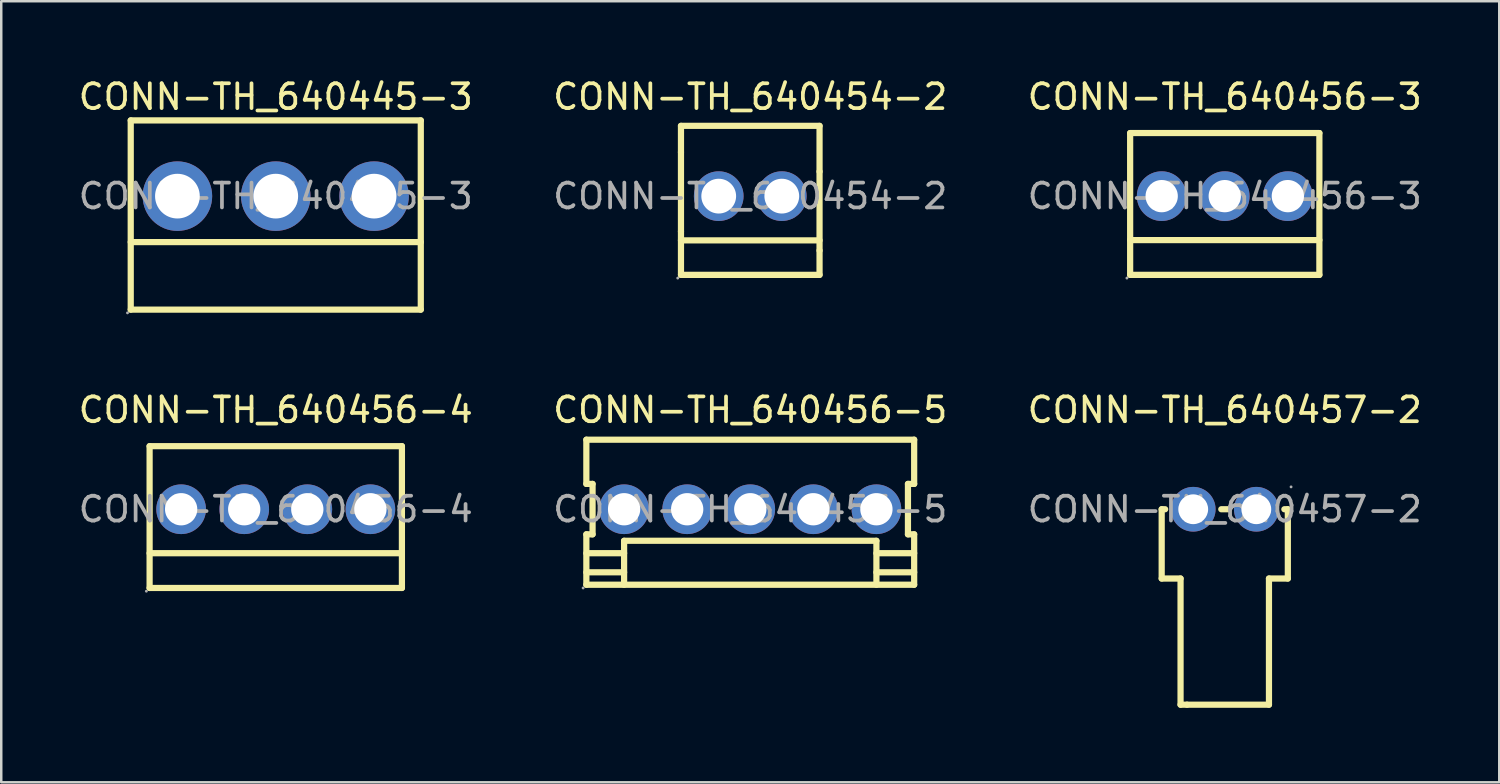
<source format=kicad_pcb>
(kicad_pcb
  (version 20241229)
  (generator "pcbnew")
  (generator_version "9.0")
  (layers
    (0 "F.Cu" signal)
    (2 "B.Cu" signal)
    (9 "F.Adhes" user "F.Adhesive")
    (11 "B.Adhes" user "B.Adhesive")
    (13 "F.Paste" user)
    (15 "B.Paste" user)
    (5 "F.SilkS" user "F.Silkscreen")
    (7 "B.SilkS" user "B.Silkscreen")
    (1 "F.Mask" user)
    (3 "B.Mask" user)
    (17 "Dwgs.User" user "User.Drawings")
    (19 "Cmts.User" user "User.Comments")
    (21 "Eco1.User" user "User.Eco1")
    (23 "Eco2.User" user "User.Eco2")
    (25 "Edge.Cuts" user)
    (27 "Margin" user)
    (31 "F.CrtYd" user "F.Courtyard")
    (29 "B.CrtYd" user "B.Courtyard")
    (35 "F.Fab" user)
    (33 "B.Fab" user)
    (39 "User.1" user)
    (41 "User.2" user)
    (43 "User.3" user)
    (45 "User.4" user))
  (footprint "CONN-TH_640456-3"
    (layer "F.Cu")
    (at 46.268 4.848)
    (property "Reference" "CONN-TH_640456-3" (at 0 -4 0) (layer "F.SilkS") (effects (font (size 1 1) (thickness 0.15))))
    (attr through_hole)
    (fp_line (start -3.81 -2.54) (end 3.81 -2.54) (stroke (width 0.25) (type solid)) (layer "F.SilkS"))
    (fp_line (start -3.81 3.17) (end -3.81 -2.54) (stroke (width 0.25) (type solid)) (layer "F.SilkS"))
    (fp_line (start 3.81 -2.54) (end 3.81 3.17) (stroke (width 0.25) (type solid)) (layer "F.SilkS"))
    (fp_line (start 3.81 1.77) (end -3.81 1.77) (stroke (width 0.25) (type solid)) (layer "F.SilkS"))
    (fp_line (start 3.81 3.17) (end -3.81 3.17) (stroke (width 0.25) (type solid)) (layer "F.SilkS"))
    (fp_circle (center -3.94 3.3) (end -3.91 3.3) (stroke (width 0.06) (type solid)) (fill no) (layer "F.Fab"))
    (fp_circle (center -2.54 0) (end -2.26 0) (stroke (width 0.55) (type solid)) (fill no) (layer "F.Fab"))
    (fp_circle (center 0 0) (end 0.28 0) (stroke (width 0.55) (type solid)) (fill no) (layer "F.Fab"))
    (fp_circle (center 2.54 0) (end 2.82 0) (stroke (width 0.55) (type solid)) (fill no) (layer "F.Fab"))
    (fp_text user "${REFERENCE}" (at 0 0 0) (layer "F.Fab") (effects (font (size 1 1) (thickness 0.15))))
    (pad "1" thru_hole circle (at -2.54 0 180) (size 2 2) (drill 1.3) (layers "*.Cu" "*.Paste" "*.Mask"))
    (pad "2" thru_hole circle (at 0 0 180) (size 2 2) (drill 1.3) (layers "*.Cu" "*.Paste" "*.Mask"))
    (pad "3" thru_hole circle (at 2.54 0 180) (size 2 2) (drill 1.3) (layers "*.Cu" "*.Paste" "*.Mask")))
  (footprint "CONN-TH_640456-5"
    (layer "F.Cu")
    (at 27.161 17.456)
    (property "Reference" "CONN-TH_640456-5" (at 0 -4 0) (layer "F.SilkS") (effects (font (size 1 1) (thickness 0.15))))
    (attr through_hole)
    (fp_line (start -6.6 -1.02) (end -6.6 -2.8) (stroke (width 0.25) (type solid)) (layer "F.SilkS"))
    (fp_line (start -6.6 1.01) (end -6.35 1.01) (stroke (width 0.25) (type solid)) (layer "F.SilkS"))
    (fp_line (start -6.6 3.04) (end -6.6 1.01) (stroke (width 0.25) (type solid)) (layer "F.SilkS"))
    (fp_line (start -6.35 -1.02) (end -6.6 -1.02) (stroke (width 0.25) (type solid)) (layer "F.SilkS"))
    (fp_line (start -6.35 1.01) (end -6.35 -1.02) (stroke (width 0.25) (type solid)) (layer "F.SilkS"))
    (fp_line (start -5.08 1.27) (end -5.08 3.04) (stroke (width 0.25) (type solid)) (layer "F.SilkS"))
    (fp_line (start -5.08 1.77) (end -6.6 1.77) (stroke (width 0.25) (type solid)) (layer "F.SilkS"))
    (fp_line (start -5.08 2.54) (end -6.6 2.54) (stroke (width 0.25) (type solid)) (layer "F.SilkS"))
    (fp_line (start 5.08 1.27) (end -5.08 1.27) (stroke (width 0.25) (type solid)) (layer "F.SilkS"))
    (fp_line (start 5.08 1.27) (end 5.08 3.04) (stroke (width 0.25) (type solid)) (layer "F.SilkS"))
    (fp_line (start 6.35 -1.02) (end 6.6 -1.02) (stroke (width 0.25) (type solid)) (layer "F.SilkS"))
    (fp_line (start 6.35 1.01) (end 6.35 -1.02) (stroke (width 0.25) (type solid)) (layer "F.SilkS"))
    (fp_line (start 6.6 -2.8) (end -6.6 -2.8) (stroke (width 0.25) (type solid)) (layer "F.SilkS"))
    (fp_line (start 6.6 -1.02) (end 6.6 -2.8) (stroke (width 0.25) (type solid)) (layer "F.SilkS"))
    (fp_line (start 6.6 1.01) (end 6.35 1.01) (stroke (width 0.25) (type solid)) (layer "F.SilkS"))
    (fp_line (start 6.6 1.77) (end 5.08 1.77) (stroke (width 0.25) (type solid)) (layer "F.SilkS"))
    (fp_line (start 6.6 2.54) (end 5.08 2.54) (stroke (width 0.25) (type solid)) (layer "F.SilkS"))
    (fp_line (start 6.6 3.04) (end -6.6 3.04) (stroke (width 0.25) (type solid)) (layer "F.SilkS"))
    (fp_line (start 6.6 3.04) (end 6.6 1.01) (stroke (width 0.25) (type solid)) (layer "F.SilkS"))
    (fp_circle (center -6.73 3.17) (end -6.7 3.17) (stroke (width 0.06) (type solid)) (fill no) (layer "F.Fab"))
    (fp_circle (center -5.08 0) (end -4.8 0) (stroke (width 0.55) (type solid)) (fill no) (layer "F.Fab"))
    (fp_circle (center -2.54 0) (end -2.26 0) (stroke (width 0.55) (type solid)) (fill no) (layer "F.Fab"))
    (fp_circle (center 0 0) (end 0.28 0) (stroke (width 0.55) (type solid)) (fill no) (layer "F.Fab"))
    (fp_circle (center 2.54 0) (end 2.82 0) (stroke (width 0.55) (type solid)) (fill no) (layer "F.Fab"))
    (fp_circle (center 5.08 0) (end 5.36 0) (stroke (width 0.55) (type solid)) (fill no) (layer "F.Fab"))
    (fp_text user "${REFERENCE}" (at 0 0 0) (layer "F.Fab") (effects (font (size 1 1) (thickness 0.15))))
    (pad "1" thru_hole circle (at -5.08 0 180) (size 2 2) (drill 1.3) (layers "*.Cu" "*.Paste" "*.Mask"))
    (pad "2" thru_hole circle (at -2.54 0 180) (size 2 2) (drill 1.3) (layers "*.Cu" "*.Paste" "*.Mask"))
    (pad "3" thru_hole circle (at 0 0 180) (size 2 2) (drill 1.3) (layers "*.Cu" "*.Paste" "*.Mask"))
    (pad "4" thru_hole circle (at 2.54 0 180) (size 2 2) (drill 1.3) (layers "*.Cu" "*.Paste" "*.Mask"))
    (pad "5" thru_hole circle (at 5.08 0 180) (size 2 2) (drill 1.3) (layers "*.Cu" "*.Paste" "*.Mask")))
  (footprint "CONN-TH_640454-2"
    (layer "F.Cu")
    (at 27.161 4.848)
    (property "Reference" "CONN-TH_640454-2" (at 0 -4 0) (layer "F.SilkS") (effects (font (size 1 1) (thickness 0.15))))
    (attr through_hole)
    (fp_line (start -2.79 -2.83) (end 2.79 -2.83) (stroke (width 0.25) (type solid)) (layer "F.SilkS"))
    (fp_line (start -2.79 -1.77) (end -2.79 -2.83) (stroke (width 0.25) (type solid)) (layer "F.SilkS"))
    (fp_line (start -2.79 1.42) (end -2.79 -1.77) (stroke (width 0.25) (type solid)) (layer "F.SilkS"))
    (fp_line (start -2.79 3.17) (end -2.79 1.42) (stroke (width 0.25) (type solid)) (layer "F.SilkS"))
    (fp_line (start 2.79 -2.83) (end 2.79 -0.99) (stroke (width 0.25) (type solid)) (layer "F.SilkS"))
    (fp_line (start 2.79 -0.99) (end 2.79 2.19) (stroke (width 0.25) (type solid)) (layer "F.SilkS"))
    (fp_line (start 2.79 1.78) (end -2.79 1.78) (stroke (width 0.25) (type solid)) (layer "F.SilkS"))
    (fp_line (start 2.79 2.19) (end 2.79 3.17) (stroke (width 0.25) (type solid)) (layer "F.SilkS"))
    (fp_line (start 2.79 3.17) (end -2.79 3.17) (stroke (width 0.25) (type solid)) (layer "F.SilkS"))
    (fp_circle (center -2.92 3.3) (end -2.89 3.3) (stroke (width 0.06) (type solid)) (fill no) (layer "F.Fab"))
    (fp_circle (center -1.27 0) (end -0.97 0) (stroke (width 0.6) (type solid)) (fill no) (layer "F.Fab"))
    (fp_circle (center 1.27 0) (end 1.57 0) (stroke (width 0.6) (type solid)) (fill no) (layer "F.Fab"))
    (fp_text user "${REFERENCE}" (at 0 0 0) (layer "F.Fab") (effects (font (size 1 1) (thickness 0.15))))
    (pad "1" thru_hole circle (at -1.27 0 180) (size 2 2) (drill 1.4) (layers "*.Cu" "*.Paste" "*.Mask"))
    (pad "2" thru_hole circle (at 1.27 0 180) (size 2 2) (drill 1.4) (layers "*.Cu" "*.Paste" "*.Mask")))
  (footprint "CONN-TH_640456-4"
    (layer "F.Cu")
    (at 8.054 17.456)
    (property "Reference" "CONN-TH_640456-4" (at 0 -4 0) (layer "F.SilkS") (effects (font (size 1 1) (thickness 0.15))))
    (attr through_hole)
    (fp_line (start -5.08 -2.54) (end 5.08 -2.54) (stroke (width 0.25) (type solid)) (layer "F.SilkS"))
    (fp_line (start -5.08 3.17) (end -5.08 -2.54) (stroke (width 0.25) (type solid)) (layer "F.SilkS"))
    (fp_line (start 5.08 -2.54) (end 5.08 3.17) (stroke (width 0.25) (type solid)) (layer "F.SilkS"))
    (fp_line (start 5.08 1.77) (end -5.08 1.77) (stroke (width 0.25) (type solid)) (layer "F.SilkS"))
    (fp_line (start 5.08 3.17) (end -5.08 3.17) (stroke (width 0.25) (type solid)) (layer "F.SilkS"))
    (fp_circle (center -5.21 3.3) (end -5.18 3.3) (stroke (width 0.06) (type solid)) (fill no) (layer "F.Fab"))
    (fp_circle (center -3.81 0) (end -3.53 0) (stroke (width 0.55) (type solid)) (fill no) (layer "F.Fab"))
    (fp_circle (center -1.27 0) (end -0.99 0) (stroke (width 0.55) (type solid)) (fill no) (layer "F.Fab"))
    (fp_circle (center 1.27 0) (end 1.55 0) (stroke (width 0.55) (type solid)) (fill no) (layer "F.Fab"))
    (fp_circle (center 3.81 0) (end 4.09 0) (stroke (width 0.55) (type solid)) (fill no) (layer "F.Fab"))
    (fp_text user "${REFERENCE}" (at 0 0 0) (layer "F.Fab") (effects (font (size 1 1) (thickness 0.15))))
    (pad "1" thru_hole circle (at -3.81 0 180) (size 2 2) (drill 1.3) (layers "*.Cu" "*.Paste" "*.Mask"))
    (pad "2" thru_hole circle (at -1.27 0 180) (size 2 2) (drill 1.3) (layers "*.Cu" "*.Paste" "*.Mask"))
    (pad "3" thru_hole circle (at 1.27 0 180) (size 2 2) (drill 1.3) (layers "*.Cu" "*.Paste" "*.Mask"))
    (pad "4" thru_hole circle (at 3.81 0 180) (size 2 2) (drill 1.3) (layers "*.Cu" "*.Paste" "*.Mask")))
  (footprint "CONN-TH_640445-3"
    (layer "F.Cu")
    (at 8.054 4.848)
    (property "Reference" "CONN-TH_640445-3" (at 0 -4 0) (layer "F.SilkS") (effects (font (size 1 1) (thickness 0.15))))
    (attr through_hole)
    (fp_line (start -5.84 4.57) (end -5.84 -3.05) (stroke (width 0.25) (type solid)) (layer "F.SilkS"))
    (fp_line (start 5.84 -3.05) (end -5.84 -3.05) (stroke (width 0.25) (type solid)) (layer "F.SilkS"))
    (fp_line (start 5.84 1.85) (end -5.84 1.85) (stroke (width 0.25) (type solid)) (layer "F.SilkS"))
    (fp_line (start 5.84 4.57) (end -5.84 4.57) (stroke (width 0.25) (type solid)) (layer "F.SilkS"))
    (fp_line (start 5.84 4.57) (end 5.84 -3.05) (stroke (width 0.25) (type solid)) (layer "F.SilkS"))
    (fp_circle (center -5.97 4.7) (end -5.94 4.7) (stroke (width 0.06) (type solid)) (fill no) (layer "F.Fab"))
    (fp_circle (center -3.96 0) (end -3.56 0) (stroke (width 0.8) (type solid)) (fill no) (layer "F.Fab"))
    (fp_circle (center 0 0) (end 0.4 0) (stroke (width 0.8) (type solid)) (fill no) (layer "F.Fab"))
    (fp_circle (center 3.96 0) (end 4.36 0) (stroke (width 0.8) (type solid)) (fill no) (layer "F.Fab"))
    (fp_text user "${REFERENCE}" (at 0 0 0) (layer "F.Fab") (effects (font (size 1 1) (thickness 0.15))))
    (pad "1" thru_hole circle (at -3.96 0 180) (size 2.8 2.8) (drill 1.8) (layers "*.Cu" "*.Paste" "*.Mask"))
    (pad "2" thru_hole circle (at 0 0 180) (size 2.8 2.8) (drill 1.8) (layers "*.Cu" "*.Paste" "*.Mask"))
    (pad "3" thru_hole circle (at 3.96 0 180) (size 2.8 2.8) (drill 1.8) (layers "*.Cu" "*.Paste" "*.Mask")))
  (footprint "CONN-TH_640457-2"
    (layer "F.Cu")
    (at 46.268 17.456)
    (property "Reference" "CONN-TH_640457-2" (at 0 -4 0) (layer "F.SilkS") (effects (font (size 1 1) (thickness 0.15))))
    (attr through_hole)
    (fp_line (start -2.54 0) (end -2.54 2.79) (stroke (width 0.25) (type solid)) (layer "F.SilkS"))
    (fp_line (start -2.54 0) (end -2.4 0) (stroke (width 0.25) (type solid)) (layer "F.SilkS"))
    (fp_line (start -2.54 2.79) (end -1.78 2.79) (stroke (width 0.25) (type solid)) (layer "F.SilkS"))
    (fp_line (start -1.78 2.79) (end -1.78 7.87) (stroke (width 0.25) (type solid)) (layer "F.SilkS"))
    (fp_line (start -1.78 7.87) (end -1.52 7.87) (stroke (width 0.25) (type solid)) (layer "F.SilkS"))
    (fp_line (start -0.14 0) (end 0.14 0) (stroke (width 0.25) (type solid)) (layer "F.SilkS"))
    (fp_line (start 1.78 2.79) (end 1.78 7.87) (stroke (width 0.25) (type solid)) (layer "F.SilkS"))
    (fp_line (start 1.78 7.87) (end -1.52 7.87) (stroke (width 0.25) (type solid)) (layer "F.SilkS"))
    (fp_line (start 2.4 0) (end 2.54 0) (stroke (width 0.25) (type solid)) (layer "F.SilkS"))
    (fp_line (start 2.54 0) (end 2.54 2.79) (stroke (width 0.25) (type solid)) (layer "F.SilkS"))
    (fp_line (start 2.54 2.79) (end 1.78 2.79) (stroke (width 0.25) (type solid)) (layer "F.SilkS"))
    (fp_circle (center -1.27 0) (end -1.02 0) (stroke (width 0.5) (type solid)) (fill no) (layer "F.Fab"))
    (fp_circle (center 1.27 0) (end 1.52 0) (stroke (width 0.5) (type solid)) (fill no) (layer "F.Fab"))
    (fp_circle (center 2.67 -0.9) (end 2.7 -0.9) (stroke (width 0.06) (type solid)) (fill no) (layer "F.Fab"))
    (fp_text user "${REFERENCE}" (at 0 0 0) (layer "F.Fab") (effects (font (size 1 1) (thickness 0.15))))
    (pad "1" thru_hole circle (at 1.27 0 180) (size 1.8 1.8) (drill 1.2) (layers "*.Cu" "*.Paste" "*.Mask"))
    (pad "2" thru_hole circle (at -1.27 0 180) (size 1.8 1.8) (drill 1.2) (layers "*.Cu" "*.Paste" "*.Mask")))
  (gr_rect
    (start -3 -3)
    (end 57.321 28.451)
    (stroke (width 0.1) (type default))
    (fill no)
    (layer "Edge.Cuts")))
</source>
